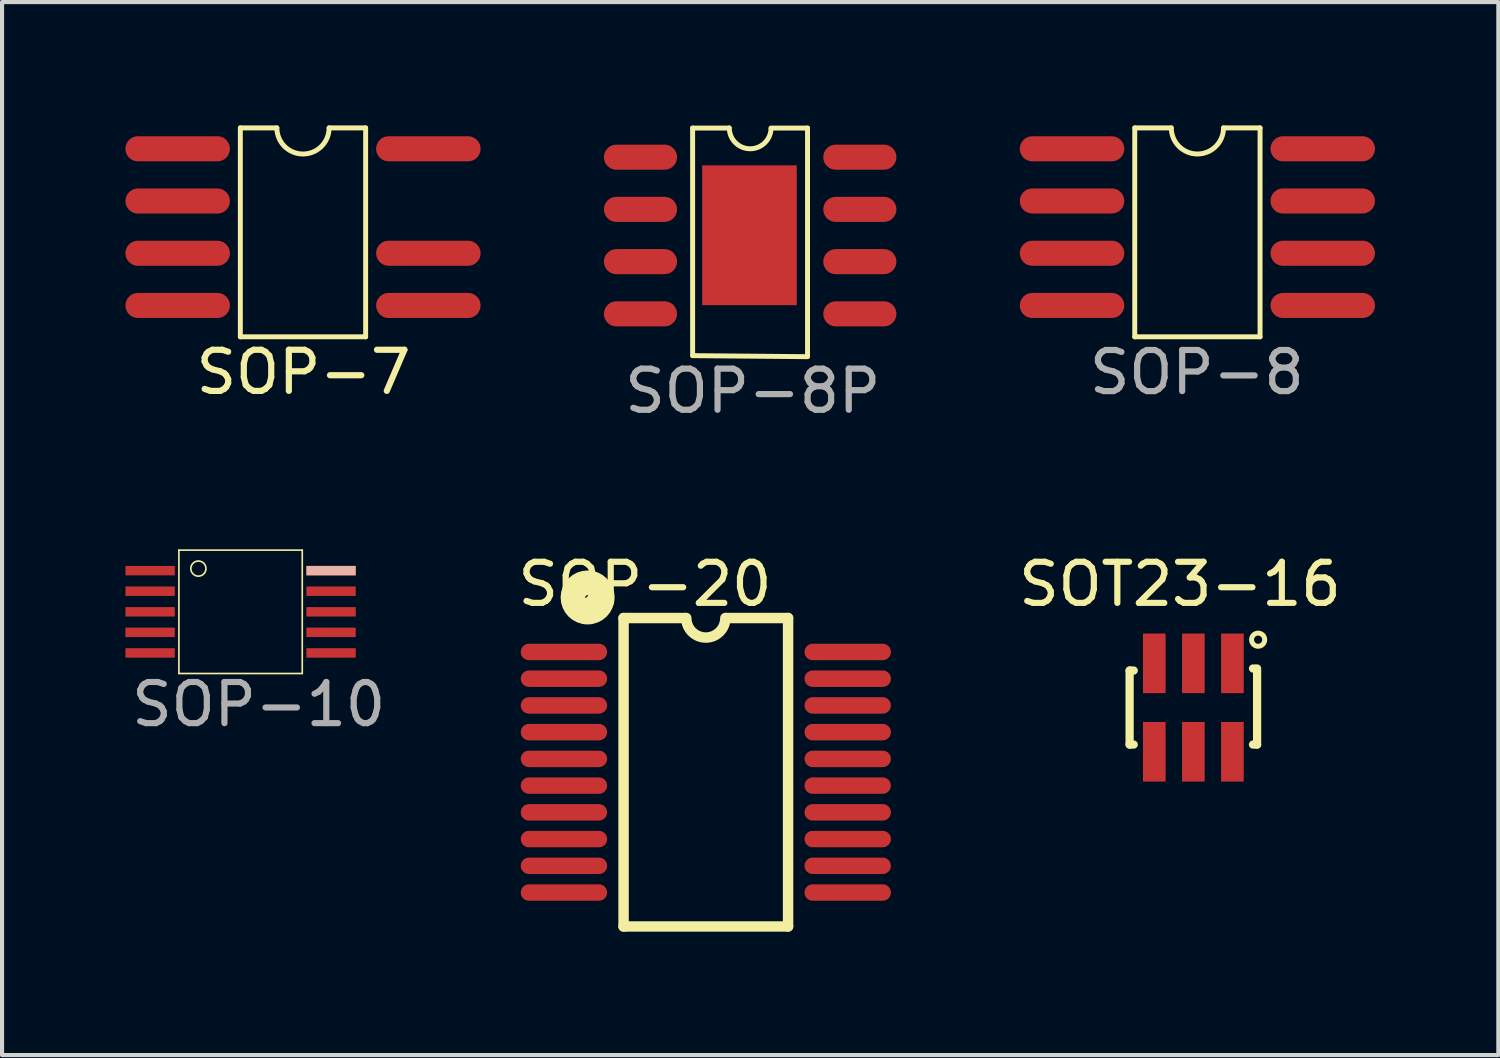
<source format=kicad_pcb>
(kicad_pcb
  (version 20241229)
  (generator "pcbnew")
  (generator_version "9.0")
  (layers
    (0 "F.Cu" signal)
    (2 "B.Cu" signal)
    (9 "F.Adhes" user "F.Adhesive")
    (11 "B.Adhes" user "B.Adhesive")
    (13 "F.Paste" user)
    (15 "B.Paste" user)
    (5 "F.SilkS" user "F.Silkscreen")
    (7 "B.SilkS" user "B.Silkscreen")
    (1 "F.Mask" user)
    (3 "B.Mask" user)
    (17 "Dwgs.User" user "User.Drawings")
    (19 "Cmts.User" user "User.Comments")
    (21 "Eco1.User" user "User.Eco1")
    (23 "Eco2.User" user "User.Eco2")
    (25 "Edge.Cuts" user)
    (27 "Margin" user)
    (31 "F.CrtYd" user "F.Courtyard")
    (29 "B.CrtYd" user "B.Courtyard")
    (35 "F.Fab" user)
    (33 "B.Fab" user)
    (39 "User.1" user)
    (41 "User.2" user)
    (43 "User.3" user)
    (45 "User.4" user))
  (footprint "SOP-7"
    (layer "F.Cu")
    (at 4.381 2.6)
    (property "Reference" "SOP-7" (at -0.05 3.4 0) (layer "F.SilkS") (effects (font (size 1 1) (thickness 0.15))))
    (attr smd)
    (fp_line (start -1.587 -2.54) (end -1.587 2.54) (stroke (width 0.12) (type solid)) (layer "F.SilkS"))
    (fp_line (start -1.587 -2.54) (end -0.699 -2.54) (stroke (width 0.12) (type solid)) (layer "F.SilkS"))
    (fp_line (start -1.587 2.54) (end 1.46 2.54) (stroke (width 0.12) (type solid)) (layer "F.SilkS"))
    (fp_line (start 0.572 -2.54) (end 1.46 -2.54) (stroke (width 0.12) (type solid)) (layer "F.SilkS"))
    (fp_line (start 1.46 -2.54) (end 1.46 2.54) (stroke (width 0.12) (type solid)) (layer "F.SilkS"))
    (fp_arc (start 0.5715 -2.54) (mid -0.0635 -1.905) (end -0.6985 -2.54) (stroke (width 0.12) (type solid)) (layer "F.SilkS"))
    (pad "1" smd oval (at -3.111 -2.032 90) (size 0.61 2.54) (layers "F.Cu" "F.Mask" "F.Paste"))
    (pad "2" smd oval (at -3.111 -0.762 90) (size 0.61 2.54) (layers "F.Cu" "F.Mask" "F.Paste"))
    (pad "3" smd oval (at -3.111 0.508 90) (size 0.61 2.54) (layers "F.Cu" "F.Mask" "F.Paste"))
    (pad "4" smd oval (at -3.111 1.778 90) (size 0.61 2.54) (layers "F.Cu" "F.Mask" "F.Paste"))
    (pad "5" smd oval (at 2.985 1.778 90) (size 0.61 2.54) (layers "F.Cu" "F.Mask" "F.Paste"))
    (pad "6" smd oval (at 2.985 0.508 90) (size 0.61 2.54) (layers "F.Cu" "F.Mask" "F.Paste"))
    (pad "7" smd oval (at 2.985 -2.032 90) (size 0.61 2.54) (layers "F.Cu" "F.Mask" "F.Paste")))
  (footprint "SOP-10"
    (layer "F.Cu")
    (at 2.841 11.779)
    (property "Reference" "SOP-10" (at 0.4 2.3 0) (layer "F.Fab") (effects (font (size 1 1) (thickness 0.15))))
    (attr smd)
    (fp_line (start -1.541 -1.452) (end -1.541 1.548) (stroke (width 0.04) (type solid)) (layer "F.SilkS"))
    (fp_line (start -1.541 -1.452) (end 1.459 -1.452) (stroke (width 0.04) (type solid)) (layer "F.SilkS"))
    (fp_line (start -1.541 1.548) (end 1.459 1.548) (stroke (width 0.04) (type solid)) (layer "F.SilkS"))
    (fp_line (start 1.459 -1.452) (end 1.459 1.548) (stroke (width 0.04) (type solid)) (layer "F.SilkS"))
    (fp_circle (center -1.067 -1.003) (end -0.883 -1.003) (stroke (width 0.04) (type solid)) (fill no) (layer "F.SilkS"))
    (pad "1" smd rect (at -2.241 -0.953) (size 1.2 0.23) (layers "F.Cu" "F.Mask" "F.Paste"))
    (pad "2" smd rect (at -2.241 -0.453) (size 1.2 0.23) (layers "F.Cu" "F.Mask" "F.Paste"))
    (pad "3" smd rect (at -2.241 0.048) (size 1.2 0.23) (layers "F.Cu" "F.Mask" "F.Paste"))
    (pad "4" smd rect (at -2.241 0.547) (size 1.2 0.23) (layers "F.Cu" "F.Mask" "F.Paste"))
    (pad "5" smd rect (at -2.241 1.048) (size 1.2 0.23) (layers "F.Cu" "F.Mask" "F.Paste"))
    (pad "6" smd rect (at 2.159 1.048 180) (size 1.2 0.23) (layers "F.Cu" "F.Mask" "F.Paste"))
    (pad "7" smd rect (at 2.159 0.547 180) (size 1.2 0.23) (layers "F.Cu" "F.Mask" "F.Paste"))
    (pad "8" smd rect (at 2.159 0.048 180) (size 1.2 0.23) (layers "F.Cu" "F.Mask" "F.Paste"))
    (pad "9" smd rect (at 2.159 -0.453 180) (size 1.2 0.23) (layers "F.Cu" "F.Mask" "F.Paste"))
    (pad "10" smd rect (at 2.159 -0.953 180) (size 1.2 0.23) (layers "*.Paste" "F.Cu" "F.Mask" "B.SilkS")))
  (footprint "SOP-20"
    (layer "F.Cu")
    (at 14.134 15.605)
    (property "Reference" "SOP-20" (at -1.5 -4.45 180) (layer "F.SilkS") (effects (font (size 1 1) (thickness 0.15))))
    (attr through_hole)
    (fp_line (start -2.021 -3.627) (end -2.021 3.873) (stroke (width 0.254) (type solid)) (layer "F.SilkS"))
    (fp_line (start -2.021 3.873) (end 1.979 3.873) (stroke (width 0.254) (type solid)) (layer "F.SilkS"))
    (fp_line (start -0.521 -3.627) (end -2.021 -3.627) (stroke (width 0.254) (type solid)) (layer "F.SilkS"))
    (fp_line (start 1.979 -3.627) (end 0.479 -3.627) (stroke (width 0.254) (type solid)) (layer "F.SilkS"))
    (fp_line (start 1.979 -3.627) (end 1.979 3.873) (stroke (width 0.254) (type solid)) (layer "F.SilkS"))
    (fp_arc (start 0.454 -3.627) (mid -0.021 -3.152) (end -0.496 -3.627) (stroke (width 0.254) (type solid)) (layer "F.SilkS"))
    (fp_circle (center -2.896 -4.127) (end -2.896 -4.071) (stroke (width 0.6) (type solid)) (fill no) (layer "F.SilkS"))
    (pad "1" smd oval (at -3.471 -2.802 270) (size 0.4 2.1) (layers "F.Cu" "F.Mask" "F.Paste"))
    (pad "2" smd oval (at -3.471 -2.152 270) (size 0.4 2.1) (layers "F.Cu" "F.Mask" "F.Paste"))
    (pad "3" smd oval (at -3.471 -1.502 270) (size 0.4 2.1) (layers "F.Cu" "F.Mask" "F.Paste"))
    (pad "4" smd oval (at -3.471 -0.852 270) (size 0.4 2.1) (layers "F.Cu" "F.Mask" "F.Paste"))
    (pad "5" smd oval (at -3.471 -0.202 270) (size 0.4 2.1) (layers "F.Cu" "F.Mask" "F.Paste"))
    (pad "6" smd oval (at -3.471 0.448 270) (size 0.4 2.1) (layers "F.Cu" "F.Mask" "F.Paste"))
    (pad "7" smd oval (at -3.471 1.098 270) (size 0.4 2.1) (layers "F.Cu" "F.Mask" "F.Paste"))
    (pad "8" smd oval (at -3.471 1.748 270) (size 0.4 2.1) (layers "F.Cu" "F.Mask" "F.Paste"))
    (pad "9" smd oval (at -3.471 2.398 270) (size 0.4 2.1) (layers "F.Cu" "F.Mask" "F.Paste"))
    (pad "10" smd oval (at -3.471 3.048 270) (size 0.4 2.1) (layers "F.Cu" "F.Mask" "F.Paste"))
    (pad "11" smd oval (at 3.429 3.048 270) (size 0.4 2.1) (layers "F.Cu" "F.Mask" "F.Paste"))
    (pad "12" smd oval (at 3.429 2.398 270) (size 0.4 2.1) (layers "F.Cu" "F.Mask" "F.Paste"))
    (pad "13" smd oval (at 3.429 1.748 270) (size 0.4 2.1) (layers "F.Cu" "F.Mask" "F.Paste"))
    (pad "14" smd oval (at 3.429 1.098 270) (size 0.4 2.1) (layers "F.Cu" "F.Mask" "F.Paste"))
    (pad "15" smd oval (at 3.429 0.448 270) (size 0.4 2.1) (layers "F.Cu" "F.Mask" "F.Paste"))
    (pad "16" smd oval (at 3.429 -0.202 270) (size 0.4 2.1) (layers "F.Cu" "F.Mask" "F.Paste"))
    (pad "17" smd oval (at 3.429 -0.852 270) (size 0.4 2.1) (layers "F.Cu" "F.Mask" "F.Paste"))
    (pad "18" smd oval (at 3.429 -1.502 270) (size 0.4 2.1) (layers "F.Cu" "F.Mask" "F.Paste"))
    (pad "19" smd oval (at 3.429 -2.152 270) (size 0.4 2.1) (layers "F.Cu" "F.Mask" "F.Paste"))
    (pad "20" smd oval (at 3.429 -2.802 270) (size 0.4 2.1) (layers "F.Cu" "F.Mask" "F.Paste")))
  (footprint "SOP-8P"
    (layer "F.Cu")
    (at 15.255 2.359)
    (property "Reference" "SOP-8P" (at 0 4.1 180) (layer "F.Fab") (effects (font (size 1 1) (thickness 0.15))))
    (attr smd)
    (fp_line (start -1.463 -2.295) (end -1.463 3.239) (stroke (width 0.12) (type solid)) (layer "F.SilkS"))
    (fp_line (start -1.463 -2.295) (end -0.574 -2.295) (stroke (width 0.12) (type solid)) (layer "F.SilkS"))
    (fp_line (start 0.442 -2.295) (end 1.331 -2.295) (stroke (width 0.12) (type solid)) (layer "F.SilkS"))
    (fp_line (start 1.331 -2.295) (end 1.331 3.239) (stroke (width 0.12) (type solid)) (layer "F.SilkS"))
    (fp_line (start 1.333 3.264) (end -1.46 3.239) (stroke (width 0.12) (type solid)) (layer "F.SilkS"))
    (fp_arc (start 0.443623 -2.268869) (mid -0.078422 -1.79092) (end -0.5715 -2.2987) (stroke (width 0.12) (type solid)) (layer "F.SilkS"))
    (pad "1" smd oval (at -2.731 -1.587 90) (size 0.61 1.778) (layers "F.Cu" "F.Mask" "F.Paste"))
    (pad "2" smd oval (at -2.731 -0.318 90) (size 0.61 1.778) (layers "F.Cu" "F.Mask" "F.Paste"))
    (pad "3" smd oval (at -2.731 0.953 90) (size 0.61 1.778) (layers "F.Cu" "F.Mask" "F.Paste"))
    (pad "4" smd oval (at -2.731 2.223 90) (size 0.61 1.778) (layers "F.Cu" "F.Mask" "F.Paste"))
    (pad "5" smd oval (at 2.603 2.223 90) (size 0.61 1.778) (layers "F.Cu" "F.Mask" "F.Paste"))
    (pad "6" smd oval (at 2.603 0.953 90) (size 0.61 1.778) (layers "F.Cu" "F.Mask" "F.Paste"))
    (pad "7" smd oval (at 2.603 -0.318 90) (size 0.61 1.778) (layers "F.Cu" "F.Mask" "F.Paste"))
    (pad "8" smd oval (at 2.603 -1.587 90) (size 0.61 1.778) (layers "F.Cu" "F.Mask" "F.Paste"))
    (pad "9" smd rect (at -0.081 0.312) (size 2.3 3.4) (layers "F.Cu" "F.Mask" "F.Paste")))
  (footprint "SOP-8"
    (layer "F.Cu")
    (at 26.003 2.155)
    (property "Reference" "SOP-8" (at 0.05 3.85 0) (layer "F.Fab") (effects (font (size 1 1) (thickness 0.15))))
    (attr smd)
    (fp_line (start -1.46 -2.095) (end -1.46 2.985) (stroke (width 0.12) (type solid)) (layer "F.SilkS"))
    (fp_line (start -1.46 -2.095) (end -0.572 -2.095) (stroke (width 0.12) (type solid)) (layer "F.SilkS"))
    (fp_line (start -1.46 2.985) (end 1.587 2.985) (stroke (width 0.12) (type solid)) (layer "F.SilkS"))
    (fp_line (start 0.699 -2.095) (end 1.587 -2.095) (stroke (width 0.12) (type solid)) (layer "F.SilkS"))
    (fp_line (start 1.587 -2.095) (end 1.587 2.985) (stroke (width 0.12) (type solid)) (layer "F.SilkS"))
    (fp_arc (start 0.6985 -2.0955) (mid 0.0635 -1.4605) (end -0.5715 -2.0955) (stroke (width 0.12) (type solid)) (layer "F.SilkS"))
    (pad "1" smd oval (at -2.985 -1.587 90) (size 0.61 2.54) (layers "F.Cu" "F.Mask" "F.Paste"))
    (pad "2" smd oval (at -2.985 -0.318 90) (size 0.61 2.54) (layers "F.Cu" "F.Mask" "F.Paste"))
    (pad "3" smd oval (at -2.985 0.953 90) (size 0.61 2.54) (layers "F.Cu" "F.Mask" "F.Paste"))
    (pad "4" smd oval (at -2.985 2.223 90) (size 0.61 2.54) (layers "F.Cu" "F.Mask" "F.Paste"))
    (pad "5" smd oval (at 3.111 2.223 90) (size 0.61 2.54) (layers "F.Cu" "F.Mask" "F.Paste"))
    (pad "6" smd oval (at 3.111 0.953 90) (size 0.61 2.54) (layers "F.Cu" "F.Mask" "F.Paste"))
    (pad "7" smd oval (at 3.111 -0.318 90) (size 0.61 2.54) (layers "F.Cu" "F.Mask" "F.Paste"))
    (pad "8" smd oval (at 3.111 -1.587 90) (size 0.61 2.54) (layers "F.Cu" "F.Mask" "F.Paste")))
  (footprint "SOT23-16"
    (layer "F.Cu")
    (at 25.018 15.23)
    (property "Reference" "SOT23-16" (at 0.625 -4.075 0) (layer "F.SilkS") (effects (font (size 1 1) (thickness 0.15))))
    (attr through_hole)
    (fp_line (start -0.6 -1.975) (end -0.5 -1.975) (stroke (width 0.2) (type solid)) (layer "F.SilkS"))
    (fp_line (start -0.6 -0.175) (end -0.6 -1.975) (stroke (width 0.2) (type solid)) (layer "F.SilkS"))
    (fp_line (start -0.6 -0.175) (end -0.5 -0.175) (stroke (width 0.2) (type solid)) (layer "F.SilkS"))
    (fp_line (start 2.4 -2.025) (end 2.5 -2.025) (stroke (width 0.2) (type solid)) (layer "F.SilkS"))
    (fp_line (start 2.4 -0.175) (end 2.5 -0.175) (stroke (width 0.2) (type solid)) (layer "F.SilkS"))
    (fp_line (start 2.5 -0.175) (end 2.5 -1.975) (stroke (width 0.2) (type solid)) (layer "F.SilkS"))
    (fp_circle (center 2.525 -2.725) (end 2.685 -2.725) (stroke (width 0.12) (type solid)) (fill no) (layer "F.SilkS"))
    (pad "1" smd rect (at 1.9 -2.15) (size 0.55 1.45) (layers "F.Cu" "F.Mask" "F.Paste"))
    (pad "2" smd rect (at 0.95 -2.15) (size 0.55 1.45) (layers "F.Cu" "F.Mask" "F.Paste"))
    (pad "3" smd rect (at 0 -2.15) (size 0.55 1.45) (layers "F.Cu" "F.Mask" "F.Paste"))
    (pad "4" smd rect (at 0 0) (size 0.55 1.45) (layers "F.Cu" "F.Mask" "F.Paste"))
    (pad "5" smd rect (at 0.95 0) (size 0.55 1.45) (layers "F.Cu" "F.Mask" "F.Paste"))
    (pad "6" smd rect (at 1.9 0) (size 0.55 1.45) (layers "F.Cu" "F.Mask" "F.Paste")))
  (gr_rect
    (start -3 -3)
    (end 33.384 22.605)
    (stroke (width 0.1) (type default))
    (fill no)
    (layer "Edge.Cuts")))
</source>
